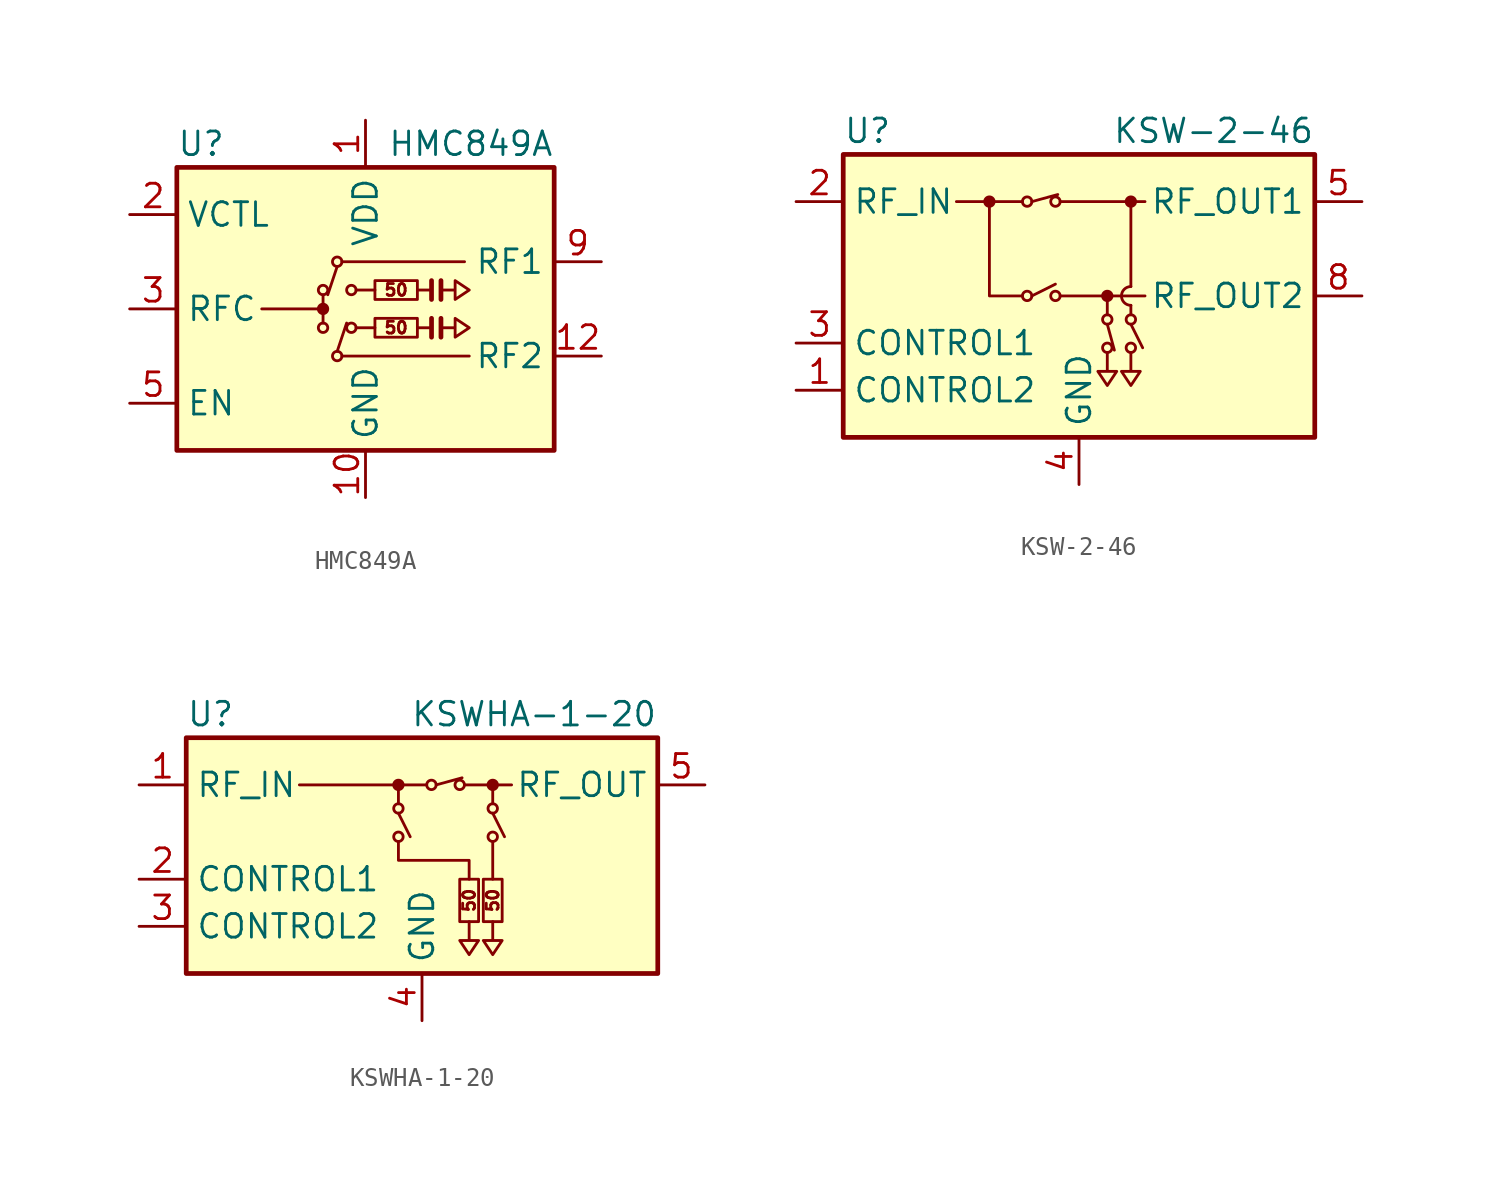
<source format=kicad_sym>
(kicad_symbol_lib
  (version 20200908)
  (generator kicad_symbol_editor)
  (symbol "RF_Switch:HMC849A"
    (property "Reference" "U"
      (at -10.16 8.89 0)
      (effects (font (size 1.27 1.27)) (justify left)))
    (property "Value" "HMC849A"
      (at 10.16 8.89 0)
      (effects (font (size 1.27 1.27)) (justify right)))
    (symbol "HMC849A_0_1"
      (circle (center -2.286 0) (radius 0.254) (stroke (width 0)) (fill (type outline)))
      (circle (center -2.286 1.016) (radius 0.254) (stroke (width 0)) (fill (type none)))
      (circle (center -1.524 -2.54) (radius 0.254) (stroke (width 0)) (fill (type none)))
      (circle (center -1.524 2.54) (radius 0.254) (stroke (width 0)) (fill (type none)))
      (circle (center -0.762 -1.016) (radius 0.254) (stroke (width 0)) (fill (type none)))
      (rectangle (start -10.16 7.62) (end 10.16 -7.62) (stroke (width 0.254)) (fill (type background)))
      (rectangle (start 0.508 -1.524) (end 2.794 -0.508) (stroke (width 0)) (fill (type none)))
      (rectangle (start 0.508 0.508) (end 2.794 1.524) (stroke (width 0)) (fill (type none)))
      (polyline (pts (xy -2.286 0) (xy -5.588 0)) (stroke (width 0)) (fill (type none)))
      (polyline (pts (xy -2.286 0.762) (xy -2.286 -0.762)) (stroke (width 0)) (fill (type none)))
      (polyline (pts (xy -1.524 -2.286) (xy -1.016 -0.762)) (stroke (width 0)) (fill (type none)))
      (polyline (pts (xy -1.524 2.286) (xy -2.032 0.762)) (stroke (width 0)) (fill (type none)))
      (polyline (pts (xy -1.27 -2.54) (xy 5.588 -2.54)) (stroke (width 0)) (fill (type none)))
      (polyline (pts (xy -1.27 2.54) (xy 5.334 2.54)) (stroke (width 0)) (fill (type none)))
      (polyline (pts (xy -0.508 -1.016) (xy 0.508 -1.016)) (stroke (width 0)) (fill (type none)))
      (polyline (pts (xy -0.508 1.016) (xy 0.508 1.016)) (stroke (width 0)) (fill (type none)))
      (polyline (pts (xy 3.556 -1.524) (xy 3.556 -0.508)) (stroke (width 0.254)) (fill (type none)))
      (polyline (pts (xy 3.556 -1.016) (xy 2.794 -1.016)) (stroke (width 0)) (fill (type none)))
      (polyline (pts (xy 3.556 0.508) (xy 3.556 1.524)) (stroke (width 0.254)) (fill (type none)))
      (polyline (pts (xy 3.556 1.016) (xy 2.794 1.016)) (stroke (width 0)) (fill (type none)))
      (polyline (pts (xy 4.064 -0.508) (xy 4.064 -1.524)) (stroke (width 0.254)) (fill (type none)))
      (polyline (pts (xy 4.064 1.524) (xy 4.064 0.508)) (stroke (width 0.254)) (fill (type none)))
      (polyline (pts (xy 4.064 -1.016) (xy 4.826 -1.016) (xy 4.826 -1.524) (xy 5.588 -1.016) (xy 4.826 -0.508) (xy 4.826 -1.016)) (stroke (width 0)) (fill (type none)))
      (polyline (pts (xy 4.064 1.016) (xy 4.826 1.016) (xy 4.826 0.508) (xy 5.588 1.016) (xy 4.826 1.524) (xy 4.826 1.016)) (stroke (width 0)) (fill (type none))))
    (symbol "HMC849A_1_1"
      (circle (center -2.286 -1.016) (radius 0.254) (stroke (width 0)) (fill (type none)))
      (circle (center -0.762 1.016) (radius 0.254) (stroke (width 0)) (fill (type none)))
      (pin power_in line (at 0 10.16 270) (length 2.54) (name "VDD" (effects (font (size 1.27 1.27)))) (number "1" (effects (font (size 1.27 1.27)))))
      (pin power_in line (at 0 -10.16 90) (length 2.54) (name "GND" (effects (font (size 1.27 1.27)))) (number "10" (effects (font (size 1.27 1.27)))))
      (pin passive line (at 0 -10.16 90) (length 2.54) hide (name "GND" (effects (font (size 1.27 1.27)))) (number "11" (effects (font (size 1.27 1.27)))))
      (pin passive line (at 12.7 -2.54 180) (length 2.54) (name "RF2" (effects (font (size 1.27 1.27)))) (number "12" (effects (font (size 1.27 1.27)))))
      (pin passive line (at 0 -10.16 90) (length 2.54) hide (name "GND" (effects (font (size 1.27 1.27)))) (number "13" (effects (font (size 1.27 1.27)))))
      (pin passive line (at 0 -10.16 90) (length 2.54) hide (name "GND" (effects (font (size 1.27 1.27)))) (number "14" (effects (font (size 1.27 1.27)))))
      (pin passive line (at 0 -10.16 90) (length 2.54) hide (name "GND" (effects (font (size 1.27 1.27)))) (number "15" (effects (font (size 1.27 1.27)))))
      (pin passive line (at 0 -10.16 90) (length 2.54) hide (name "GND" (effects (font (size 1.27 1.27)))) (number "16" (effects (font (size 1.27 1.27)))))
      (pin passive line (at 0 -10.16 90) (length 2.54) hide (name "GND" (effects (font (size 1.27 1.27)))) (number "17" (effects (font (size 1.27 1.27)))))
      (pin input line (at -12.7 5.08 0) (length 2.54) (name "VCTL" (effects (font (size 1.27 1.27)))) (number "2" (effects (font (size 1.27 1.27)))))
      (pin passive line (at -12.7 0 0) (length 2.54) (name "RFC" (effects (font (size 1.27 1.27)))) (number "3" (effects (font (size 1.27 1.27)))))
      (pin passive line (at 0 -10.16 90) (length 2.54) hide (name "GND" (effects (font (size 1.27 1.27)))) (number "4" (effects (font (size 1.27 1.27)))))
      (pin input line (at -12.7 -5.08 0) (length 2.54) (name "EN" (effects (font (size 1.27 1.27)))) (number "5" (effects (font (size 1.27 1.27)))))
      (pin passive line (at 0 -10.16 90) (length 2.54) hide (name "GND" (effects (font (size 1.27 1.27)))) (number "6" (effects (font (size 1.27 1.27)))))
      (pin passive line (at 0 -10.16 90) (length 2.54) hide (name "GND" (effects (font (size 1.27 1.27)))) (number "7" (effects (font (size 1.27 1.27)))))
      (pin passive line (at 0 -10.16 90) (length 2.54) hide (name "GND" (effects (font (size 1.27 1.27)))) (number "8" (effects (font (size 1.27 1.27)))))
      (pin passive line (at 12.7 2.54 180) (length 2.54) (name "RF1" (effects (font (size 1.27 1.27)))) (number "9" (effects (font (size 1.27 1.27))))))
    (symbol "HMC849A_0_0"
      (text "50" (at 1.651 -1.016 0) (effects (font (size 0.635 0.635))))
      (text "50" (at 1.651 1.016 0) (effects (font (size 0.635 0.635))))))
  (symbol "RF_Switch:KSW-2-46"
    (property "Reference" "U"
      (at -12.7 8.89 0)
      (effects (font (size 1.27 1.27)) (justify left)))
    (property "Value" "KSW-2-46"
      (at 12.7 8.89 0)
      (effects (font (size 1.27 1.27)) (justify right)))
    (symbol "KSW-2-46_0_1"
      (arc (start 2.794 0.508) (end 2.794 -0.508) (radius (at 2.794 0) (length 0.508) (angles 90.1 -90.1)) (stroke (width 0)) (fill (type none)))
      (circle (center -4.826 5.08) (radius 0.254) (stroke (width 0)) (fill (type outline)))
      (circle (center -2.794 0) (radius 0.254) (stroke (width 0)) (fill (type none)))
      (circle (center -2.794 5.08) (radius 0.254) (stroke (width 0)) (fill (type none)))
      (circle (center -1.27 0) (radius 0.254) (stroke (width 0)) (fill (type none)))
      (circle (center -1.27 5.08) (radius 0.254) (stroke (width 0)) (fill (type none)))
      (circle (center 1.524 -2.794) (radius 0.254) (stroke (width 0)) (fill (type none)))
      (circle (center 1.524 -1.27) (radius 0.254) (stroke (width 0)) (fill (type none)))
      (circle (center 1.524 0) (radius 0.254) (stroke (width 0)) (fill (type outline)))
      (circle (center 2.794 -2.794) (radius 0.254) (stroke (width 0)) (fill (type none)))
      (circle (center 2.794 -1.27) (radius 0.254) (stroke (width 0)) (fill (type none)))
      (circle (center 2.794 5.08) (radius 0.254) (stroke (width 0)) (fill (type outline)))
      (rectangle (start -12.7 7.62) (end 12.7 -7.62) (stroke (width 0.254)) (fill (type background)))
      (polyline (pts (xy -3.048 5.08) (xy -6.604 5.08)) (stroke (width 0)) (fill (type none)))
      (polyline (pts (xy -2.54 0) (xy -1.27 0.635)) (stroke (width 0)) (fill (type none)))
      (polyline (pts (xy -2.54 5.08) (xy -1.143 5.461)) (stroke (width 0)) (fill (type none)))
      (polyline (pts (xy -1.016 0) (xy 3.556 0)) (stroke (width 0)) (fill (type none)))
      (polyline (pts (xy -1.016 5.08) (xy 3.556 5.08)) (stroke (width 0)) (fill (type none)))
      (polyline (pts (xy 1.524 -1.524) (xy 1.905 -2.921)) (stroke (width 0)) (fill (type none)))
      (polyline (pts (xy 1.524 -1.016) (xy 1.524 0)) (stroke (width 0)) (fill (type none)))
      (polyline (pts (xy 2.794 -1.524) (xy 3.429 -2.794)) (stroke (width 0)) (fill (type none)))
      (polyline (pts (xy 2.794 -0.508) (xy 2.794 -1.016)) (stroke (width 0)) (fill (type none)))
      (polyline (pts (xy 2.794 5.08) (xy 2.794 0.508)) (stroke (width 0)) (fill (type none)))
      (polyline (pts (xy -4.826 5.08) (xy -4.826 0) (xy -3.048 0)) (stroke (width 0)) (fill (type none)))
      (polyline (pts (xy 1.524 -3.048) (xy 1.524 -4.064) (xy 1.016 -4.064) (xy 1.524 -4.826) (xy 2.032 -4.064) (xy 1.524 -4.064)) (stroke (width 0)) (fill (type none)))
      (polyline (pts (xy 2.794 -3.048) (xy 2.794 -4.064) (xy 2.286 -4.064) (xy 2.794 -4.826) (xy 3.302 -4.064) (xy 2.794 -4.064)) (stroke (width 0)) (fill (type none))))
    (symbol "KSW-2-46_1_1"
      (pin input line (at -15.24 -5.08 0) (length 2.54) (name "CONTROL2" (effects (font (size 1.27 1.27)))) (number "1" (effects (font (size 1.27 1.27)))))
      (pin passive line (at -15.24 5.08 0) (length 2.54) (name "RF_IN" (effects (font (size 1.27 1.27)))) (number "2" (effects (font (size 1.27 1.27)))))
      (pin input line (at -15.24 -2.54 0) (length 2.54) (name "CONTROL1" (effects (font (size 1.27 1.27)))) (number "3" (effects (font (size 1.27 1.27)))))
      (pin power_in line (at 0 -10.16 90) (length 2.54) (name "GND" (effects (font (size 1.27 1.27)))) (number "4" (effects (font (size 1.27 1.27)))))
      (pin passive line (at 15.24 5.08 180) (length 2.54) (name "RF_OUT1" (effects (font (size 1.27 1.27)))) (number "5" (effects (font (size 1.27 1.27)))))
      (pin passive line (at 0 -10.16 90) (length 2.54) hide (name "GND" (effects (font (size 1.27 1.27)))) (number "6" (effects (font (size 1.27 1.27)))))
      (pin passive line (at 0 -10.16 90) (length 2.54) hide (name "GND" (effects (font (size 1.27 1.27)))) (number "7" (effects (font (size 1.27 1.27)))))
      (pin passive line (at 15.24 0 180) (length 2.54) (name "RF_OUT2" (effects (font (size 1.27 1.27)))) (number "8" (effects (font (size 1.27 1.27)))))))
  (symbol "RF_Switch:KSWHA-1-20"
    (property "Reference" "U"
      (at -12.7 6.35 0)
      (effects (font (size 1.27 1.27)) (justify left)))
    (property "Value" "KSWHA-1-20"
      (at 12.7 6.35 0)
      (effects (font (size 1.27 1.27)) (justify right)))
    (symbol "KSWHA-1-20_1_1"
      (circle (center -1.27 -0.254) (radius 0.254) (stroke (width 0)) (fill (type none)))
      (circle (center -1.27 1.27) (radius 0.254) (stroke (width 0)) (fill (type none)))
      (circle (center -1.27 2.54) (radius 0.254) (stroke (width 0)) (fill (type outline)))
      (circle (center 0.508 2.54) (radius 0.254) (stroke (width 0)) (fill (type none)))
      (circle (center 2.032 2.54) (radius 0.254) (stroke (width 0)) (fill (type none)))
      (circle (center 3.81 -0.254) (radius 0.254) (stroke (width 0)) (fill (type none)))
      (circle (center 3.81 1.27) (radius 0.254) (stroke (width 0)) (fill (type none)))
      (circle (center 3.81 2.54) (radius 0.254) (stroke (width 0)) (fill (type outline)))
      (rectangle (start 2.032 -2.54) (end 3.048 -4.826) (stroke (width 0)) (fill (type none)))
      (rectangle (start 3.302 -2.54) (end 4.318 -4.826) (stroke (width 0)) (fill (type none)))
      (polyline (pts (xy -6.604 2.54) (xy 0.254 2.54)) (stroke (width 0)) (fill (type none)))
      (polyline (pts (xy -1.27 1.016) (xy -0.635 -0.254)) (stroke (width 0)) (fill (type none)))
      (polyline (pts (xy -1.27 2.54) (xy -1.27 1.524)) (stroke (width 0)) (fill (type none)))
      (polyline (pts (xy 0.762 2.54) (xy 2.159 2.921)) (stroke (width 0)) (fill (type none)))
      (polyline (pts (xy 2.286 2.54) (xy 4.826 2.54)) (stroke (width 0)) (fill (type none)))
      (polyline (pts (xy 3.81 -0.508) (xy 3.81 -2.54)) (stroke (width 0)) (fill (type none)))
      (polyline (pts (xy 3.81 1.016) (xy 4.445 -0.254)) (stroke (width 0)) (fill (type none)))
      (polyline (pts (xy 3.81 2.54) (xy 3.81 1.524)) (stroke (width 0)) (fill (type none)))
      (polyline (pts (xy 2.54 -4.826) (xy 2.54 -5.842) (xy 2.032 -5.842) (xy 2.54 -6.604) (xy 3.048 -5.842) (xy 2.54 -5.842)) (stroke (width 0)) (fill (type none)))
      (polyline (pts (xy 3.81 -4.826) (xy 3.81 -5.842) (xy 3.302 -5.842) (xy 3.81 -6.604) (xy 4.318 -5.842) (xy 3.81 -5.842)) (stroke (width 0)) (fill (type none)))
      (pin passive line (at -15.24 2.54 0) (length 2.54) (name "RF_IN" (effects (font (size 1.27 1.27)))) (number "1" (effects (font (size 1.27 1.27)))))
      (pin input line (at -15.24 -2.54 0) (length 2.54) (name "CONTROL1" (effects (font (size 1.27 1.27)))) (number "2" (effects (font (size 1.27 1.27)))))
      (pin input line (at -15.24 -5.08 0) (length 2.54) (name "CONTROL2" (effects (font (size 1.27 1.27)))) (number "3" (effects (font (size 1.27 1.27)))))
      (pin power_in line (at 0 -10.16 90) (length 2.54) (name "GND" (effects (font (size 1.27 1.27)))) (number "4" (effects (font (size 1.27 1.27)))))
      (pin passive line (at 15.24 2.54 180) (length 2.54) (name "RF_OUT" (effects (font (size 1.27 1.27)))) (number "5" (effects (font (size 1.27 1.27)))))
      (pin passive line (at 0 -10.16 90) (length 2.54) hide (name "GND" (effects (font (size 1.27 1.27)))) (number "6" (effects (font (size 1.27 1.27)))))
      (pin passive line (at 0 -10.16 90) (length 2.54) hide (name "GND" (effects (font (size 1.27 1.27)))) (number "7" (effects (font (size 1.27 1.27)))))
      (pin passive line (at 0 -10.16 90) (length 2.54) hide (name "GND" (effects (font (size 1.27 1.27)))) (number "8" (effects (font (size 1.27 1.27))))))
    (symbol "KSWHA-1-20_1_0"
      (text "50" (at 2.54 -3.683 900) (effects (font (size 0.635 0.635))))
      (text "50" (at 3.81 -3.683 900) (effects (font (size 0.635 0.635)))))
    (symbol "KSWHA-1-20_0_1"
      (rectangle (start -12.7 5.08) (end 12.7 -7.62) (stroke (width 0.254)) (fill (type background)))
      (polyline (pts (xy -1.27 -0.508) (xy -1.27 -1.524) (xy 2.54 -1.524) (xy 2.54 -2.54)) (stroke (width 0)) (fill (type none))))))
</source>
